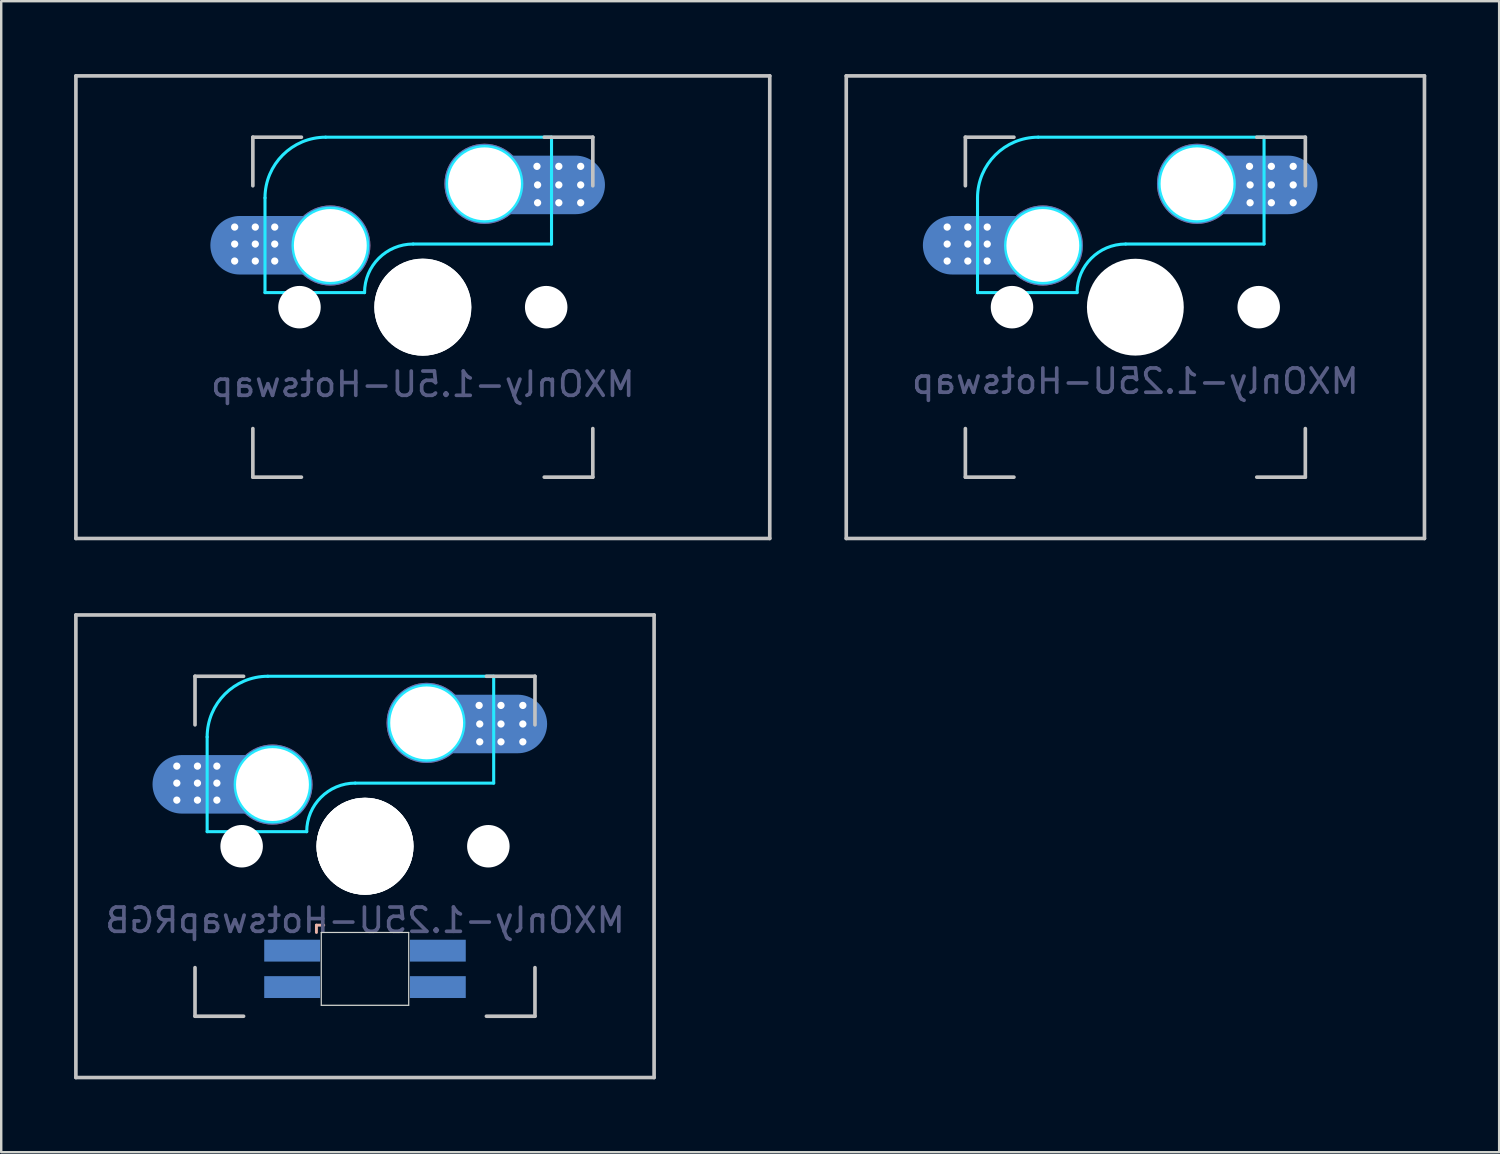
<source format=kicad_pcb>
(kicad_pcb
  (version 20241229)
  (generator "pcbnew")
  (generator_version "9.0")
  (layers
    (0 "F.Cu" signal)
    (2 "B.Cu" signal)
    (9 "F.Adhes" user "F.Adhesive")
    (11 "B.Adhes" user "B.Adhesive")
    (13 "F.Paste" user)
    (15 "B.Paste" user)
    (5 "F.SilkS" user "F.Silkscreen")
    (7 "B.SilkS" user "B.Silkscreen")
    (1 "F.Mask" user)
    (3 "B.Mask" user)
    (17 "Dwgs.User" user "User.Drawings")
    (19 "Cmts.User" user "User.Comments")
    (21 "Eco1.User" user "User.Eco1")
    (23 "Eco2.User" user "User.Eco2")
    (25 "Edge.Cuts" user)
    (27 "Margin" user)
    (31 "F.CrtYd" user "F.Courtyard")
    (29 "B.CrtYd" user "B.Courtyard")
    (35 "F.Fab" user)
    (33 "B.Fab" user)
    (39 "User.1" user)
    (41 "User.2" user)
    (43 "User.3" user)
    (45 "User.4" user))
  (footprint "MXOnly-1.25U-HotswapRGB"
    (layer "F.Cu")
    (at 11.981 31.8)
    (property "Reference" "MXOnly-1.25U-HotswapRGB" (at 0 3.048 0) (layer "B.Fab") (effects (font (size 1 1) (thickness 0.15)) (justify mirror)))
    (attr smd)
    (fp_line (start -2 3.25) (end -2 3.55) (stroke (width 0.12) (type solid)) (layer "B.SilkS"))
    (fp_line (start -1.7 3.25) (end -2 3.25) (stroke (width 0.12) (type solid)) (layer "B.SilkS"))
    (fp_line (start -11.906 -9.525) (end 11.906 -9.525) (stroke (width 0.15) (type solid)) (layer "Dwgs.User"))
    (fp_line (start -11.906 9.525) (end -11.906 -9.525) (stroke (width 0.15) (type solid)) (layer "Dwgs.User"))
    (fp_line (start -7 -7) (end -7 -5) (stroke (width 0.15) (type solid)) (layer "Dwgs.User"))
    (fp_line (start -7 5) (end -7 7) (stroke (width 0.15) (type solid)) (layer "Dwgs.User"))
    (fp_line (start -7 7) (end -5 7) (stroke (width 0.15) (type solid)) (layer "Dwgs.User"))
    (fp_line (start -5 -7) (end -7 -7) (stroke (width 0.15) (type solid)) (layer "Dwgs.User"))
    (fp_line (start 5 -7) (end 7 -7) (stroke (width 0.15) (type solid)) (layer "Dwgs.User"))
    (fp_line (start 5 7) (end 7 7) (stroke (width 0.15) (type solid)) (layer "Dwgs.User"))
    (fp_line (start 7 -5) (end 7 -7) (stroke (width 0.15) (type solid)) (layer "Dwgs.User"))
    (fp_line (start 7 7) (end 7 5) (stroke (width 0.15) (type solid)) (layer "Dwgs.User"))
    (fp_line (start 11.906 -9.525) (end 11.906 9.525) (stroke (width 0.15) (type solid)) (layer "Dwgs.User"))
    (fp_line (start 11.906 9.525) (end -11.906 9.525) (stroke (width 0.15) (type solid)) (layer "Dwgs.User"))
    (fp_line (start -1.8 3.55) (end -1.8 6.55) (stroke (width 0.05) (type default)) (layer "Edge.Cuts"))
    (fp_line (start -1.8 3.55) (end 1.8 3.55) (stroke (width 0.05) (type solid)) (layer "Edge.Cuts"))
    (fp_line (start 1.8 3.55) (end 1.8 6.55) (stroke (width 0.05) (type default)) (layer "Edge.Cuts"))
    (fp_line (start 1.8 6.55) (end -1.8 6.55) (stroke (width 0.05) (type solid)) (layer "Edge.Cuts"))
    (fp_line (start -6.5 -4.5) (end -6.5 -0.6) (stroke (width 0.127) (type solid)) (layer "B.CrtYd"))
    (fp_line (start -6.5 -0.6) (end -2.4 -0.6) (stroke (width 0.127) (type solid)) (layer "B.CrtYd"))
    (fp_line (start -0.4 -2.6) (end 5.3 -2.6) (stroke (width 0.127) (type solid)) (layer "B.CrtYd"))
    (fp_line (start 5.3 -7) (end -4 -7) (stroke (width 0.127) (type solid)) (layer "B.CrtYd"))
    (fp_line (start 5.3 -7) (end 5.3 -2.6) (stroke (width 0.127) (type solid)) (layer "B.CrtYd"))
    (fp_arc (start -6.5 -4.5) (mid -5.767767 -6.267767) (end -4 -7) (stroke (width 0.127) (type solid)) (layer "B.CrtYd"))
    (fp_arc (start -2.4 -0.6) (mid -1.814214 -2.014214) (end -0.4 -2.6) (stroke (width 0.127) (type solid)) (layer "B.CrtYd"))
    (fp_circle (center -3.81 -2.54) (end -2.286 -2.54) (stroke (width 0.15) (type solid)) (fill no) (layer "B.CrtYd"))
    (fp_circle (center 2.54 -5.08) (end 2.54 -6.604) (stroke (width 0.15) (type solid)) (fill no) (layer "B.CrtYd"))
    (pad "" np_thru_hole circle (at -5.08 0 48.1) (size 1.75 1.75) (drill 1.75) (layers "*.Cu" "*.Mask"))
    (pad "" np_thru_hole circle (at 0 0) (size 3.988 3.988) (drill 3.988) (layers "*.Cu" "*.Mask"))
    (pad "" np_thru_hole circle (at 0 0) (size 3.988 3.988) (drill 3.988) (layers "*.Cu" "*.Mask"))
    (pad "" np_thru_hole circle (at 0 0) (size 4 4) (drill 4) (layers "*.Cu" "*.Mask"))
    (pad "" np_thru_hole circle (at 5.08 0 48.1) (size 1.75 1.75) (drill 1.75) (layers "*.Cu" "*.Mask"))
    (pad "1" thru_hole circle (at 2.54 -5.08) (size 3.3 3.3) (drill 3) (layers "*.Cu" "B.Mask"))
    (pad "1" thru_hole circle (at 4.7 -5.8) (size 0.4 0.4) (drill 0.3) (layers "*.Cu" "B.Mask"))
    (pad "1" thru_hole circle (at 4.725 -5.035) (size 0.4 0.4) (drill 0.3) (layers "*.Cu" "B.Mask"))
    (pad "1" thru_hole circle (at 4.725 -4.3) (size 0.4 0.4) (drill 0.3) (layers "*.Cu" "B.Mask"))
    (pad "1" smd oval (at 4.75 -5.035) (size 5.5 2.41) (layers "B.Cu" "B.Mask" "B.Paste"))
    (pad "1" thru_hole circle (at 5.6 -5.8) (size 0.4 0.4) (drill 0.3) (layers "*.Cu" "B.Mask"))
    (pad "1" thru_hole circle (at 5.6 -5.035) (size 0.4 0.4) (drill 0.3) (layers "*.Cu" "B.Mask"))
    (pad "1" thru_hole circle (at 5.6 -4.3) (size 0.4 0.4) (drill 0.3) (layers "*.Cu" "B.Mask"))
    (pad "1" thru_hole circle (at 6.5 -5.8) (size 0.4 0.4) (drill 0.3) (layers "*.Cu" "B.Mask"))
    (pad "1" thru_hole circle (at 6.5 -5.035) (size 0.4 0.4) (drill 0.3) (layers "*.Cu" "B.Mask"))
    (pad "1" thru_hole circle (at 6.5 -4.3) (size 0.4 0.4) (drill 0.3) (layers "*.Cu" "B.Mask"))
    (pad "2" thru_hole circle (at -7.75 -3.3) (size 0.4 0.4) (drill 0.3) (layers "*.Cu" "B.Mask"))
    (pad "2" thru_hole circle (at -7.75 -2.6) (size 0.4 0.4) (drill 0.3) (layers "*.Cu" "B.Mask"))
    (pad "2" thru_hole circle (at -7.75 -1.9) (size 0.4 0.4) (drill 0.3) (layers "*.Cu" "B.Mask"))
    (pad "2" thru_hole circle (at -6.9 -3.3) (size 0.4 0.4) (drill 0.3) (layers "*.Cu" "B.Mask"))
    (pad "2" thru_hole circle (at -6.9 -2.6) (size 0.4 0.4) (drill 0.3) (layers "*.Cu" "B.Mask"))
    (pad "2" thru_hole circle (at -6.9 -1.9) (size 0.4 0.4) (drill 0.3) (layers "*.Cu" "B.Mask"))
    (pad "2" thru_hole circle (at -6.1 -3.3) (size 0.4 0.4) (drill 0.3) (layers "*.Cu" "B.Mask"))
    (pad "2" thru_hole circle (at -6.1 -2.6) (size 0.4 0.4) (drill 0.3) (layers "*.Cu" "B.Mask"))
    (pad "2" thru_hole circle (at -6.1 -1.9) (size 0.4 0.4) (drill 0.3) (layers "*.Cu" "B.Mask"))
    (pad "2" smd oval (at -6 -2.55) (size 5.5 2.41) (layers "B.Cu" "B.Mask" "B.Paste"))
    (pad "2" thru_hole circle (at -3.81 -2.54) (size 3.3 3.3) (drill 3) (layers "*.Cu" "B.Mask"))
    (pad "3" smd rect (at -3 4.3) (size 2.3 0.9) (layers "B.Cu" "B.Mask" "B.Paste"))
    (pad "4" smd rect (at -3 5.8) (size 2.3 0.9) (layers "B.Cu" "B.Mask" "B.Paste"))
    (pad "5" smd rect (at 3 4.3) (size 2.3 0.9) (layers "B.Cu" "B.Mask" "B.Paste"))
    (pad "6" smd rect (at 3 5.8) (size 2.3 0.9) (layers "B.Cu" "B.Mask" "B.Paste")))
  (footprint "MXOnly-1.25U-Hotswap"
    (layer "F.Cu")
    (at 43.706 9.6)
    (property "Reference" "MXOnly-1.25U-Hotswap" (at 0 3.048 0) (layer "B.Fab") (effects (font (size 1 1) (thickness 0.15)) (justify mirror)))
    (attr smd)
    (fp_line (start -11.906 -9.525) (end 11.906 -9.525) (stroke (width 0.15) (type solid)) (layer "Dwgs.User"))
    (fp_line (start -11.906 9.525) (end -11.906 -9.525) (stroke (width 0.15) (type solid)) (layer "Dwgs.User"))
    (fp_line (start -7 -7) (end -7 -5) (stroke (width 0.15) (type solid)) (layer "Dwgs.User"))
    (fp_line (start -7 5) (end -7 7) (stroke (width 0.15) (type solid)) (layer "Dwgs.User"))
    (fp_line (start -7 7) (end -5 7) (stroke (width 0.15) (type solid)) (layer "Dwgs.User"))
    (fp_line (start -5 -7) (end -7 -7) (stroke (width 0.15) (type solid)) (layer "Dwgs.User"))
    (fp_line (start 5 -7) (end 7 -7) (stroke (width 0.15) (type solid)) (layer "Dwgs.User"))
    (fp_line (start 5 7) (end 7 7) (stroke (width 0.15) (type solid)) (layer "Dwgs.User"))
    (fp_line (start 7 -5) (end 7 -7) (stroke (width 0.15) (type solid)) (layer "Dwgs.User"))
    (fp_line (start 7 7) (end 7 5) (stroke (width 0.15) (type solid)) (layer "Dwgs.User"))
    (fp_line (start 11.906 -9.525) (end 11.906 9.525) (stroke (width 0.15) (type solid)) (layer "Dwgs.User"))
    (fp_line (start 11.906 9.525) (end -11.906 9.525) (stroke (width 0.15) (type solid)) (layer "Dwgs.User"))
    (fp_line (start -6.5 -4.5) (end -6.5 -0.6) (stroke (width 0.127) (type solid)) (layer "B.CrtYd"))
    (fp_line (start -6.5 -0.6) (end -2.4 -0.6) (stroke (width 0.127) (type solid)) (layer "B.CrtYd"))
    (fp_line (start -0.4 -2.6) (end 5.3 -2.6) (stroke (width 0.127) (type solid)) (layer "B.CrtYd"))
    (fp_line (start 5.3 -7) (end -4 -7) (stroke (width 0.127) (type solid)) (layer "B.CrtYd"))
    (fp_line (start 5.3 -7) (end 5.3 -2.6) (stroke (width 0.127) (type solid)) (layer "B.CrtYd"))
    (fp_arc (start -6.5 -4.5) (mid -5.767767 -6.267767) (end -4 -7) (stroke (width 0.127) (type solid)) (layer "B.CrtYd"))
    (fp_arc (start -2.4 -0.6) (mid -1.814214 -2.014214) (end -0.4 -2.6) (stroke (width 0.127) (type solid)) (layer "B.CrtYd"))
    (fp_circle (center -3.81 -2.54) (end -2.286 -2.54) (stroke (width 0.15) (type solid)) (fill no) (layer "B.CrtYd"))
    (fp_circle (center 2.54 -5.08) (end 2.54 -6.604) (stroke (width 0.15) (type solid)) (fill no) (layer "B.CrtYd"))
    (pad "" np_thru_hole circle (at -5.08 0 48.1) (size 1.75 1.75) (drill 1.75) (layers "*.Cu" "*.Mask"))
    (pad "" np_thru_hole circle (at 0 0) (size 3.988 3.988) (drill 3.988) (layers "*.Cu" "*.Mask"))
    (pad "" np_thru_hole circle (at 5.08 0 48.1) (size 1.75 1.75) (drill 1.75) (layers "*.Cu" "*.Mask"))
    (pad "1" thru_hole circle (at 2.54 -5.08) (size 3.3 3.3) (drill 3) (layers "*.Cu" "B.Mask"))
    (pad "1" thru_hole circle (at 4.7 -5.8) (size 0.4 0.4) (drill 0.3) (layers "*.Cu" "B.Mask"))
    (pad "1" thru_hole circle (at 4.725 -5.035) (size 0.4 0.4) (drill 0.3) (layers "*.Cu" "B.Mask"))
    (pad "1" thru_hole circle (at 4.725 -4.3) (size 0.4 0.4) (drill 0.3) (layers "*.Cu" "B.Mask"))
    (pad "1" smd oval (at 4.75 -5.035) (size 5.5 2.41) (layers "B.Cu" "B.Mask" "B.Paste"))
    (pad "1" thru_hole circle (at 5.6 -5.8) (size 0.4 0.4) (drill 0.3) (layers "*.Cu" "B.Mask"))
    (pad "1" thru_hole circle (at 5.6 -5.035) (size 0.4 0.4) (drill 0.3) (layers "*.Cu" "B.Mask"))
    (pad "1" thru_hole circle (at 5.6 -4.3) (size 0.4 0.4) (drill 0.3) (layers "*.Cu" "B.Mask"))
    (pad "1" thru_hole circle (at 6.5 -5.8) (size 0.4 0.4) (drill 0.3) (layers "*.Cu" "B.Mask"))
    (pad "1" thru_hole circle (at 6.5 -5.035) (size 0.4 0.4) (drill 0.3) (layers "*.Cu" "B.Mask"))
    (pad "1" thru_hole circle (at 6.5 -4.3) (size 0.4 0.4) (drill 0.3) (layers "*.Cu" "B.Mask"))
    (pad "2" thru_hole circle (at -7.75 -3.3) (size 0.4 0.4) (drill 0.3) (layers "*.Cu" "B.Mask"))
    (pad "2" thru_hole circle (at -7.75 -2.6) (size 0.4 0.4) (drill 0.3) (layers "*.Cu" "B.Mask"))
    (pad "2" thru_hole circle (at -7.75 -1.9) (size 0.4 0.4) (drill 0.3) (layers "*.Cu" "B.Mask"))
    (pad "2" thru_hole circle (at -6.9 -3.3) (size 0.4 0.4) (drill 0.3) (layers "*.Cu" "B.Mask"))
    (pad "2" thru_hole circle (at -6.9 -2.6) (size 0.4 0.4) (drill 0.3) (layers "*.Cu" "B.Mask"))
    (pad "2" thru_hole circle (at -6.9 -1.9) (size 0.4 0.4) (drill 0.3) (layers "*.Cu" "B.Mask"))
    (pad "2" thru_hole circle (at -6.1 -3.3) (size 0.4 0.4) (drill 0.3) (layers "*.Cu" "B.Mask"))
    (pad "2" thru_hole circle (at -6.1 -2.6) (size 0.4 0.4) (drill 0.3) (layers "*.Cu" "B.Mask"))
    (pad "2" thru_hole circle (at -6.1 -1.9) (size 0.4 0.4) (drill 0.3) (layers "*.Cu" "B.Mask"))
    (pad "2" smd oval (at -6 -2.55) (size 5.5 2.41) (layers "B.Cu" "B.Mask" "B.Paste"))
    (pad "2" thru_hole circle (at -3.81 -2.54) (size 3.3 3.3) (drill 3) (layers "*.Cu" "B.Mask")))
  (footprint "MXOnly-1.5U-Hotswap"
    (layer "F.Cu")
    (at 14.363 9.6)
    (property "Reference" "MXOnly-1.5U-Hotswap" (at 0 3.175 0) (layer "B.Fab") (effects (font (size 1 1) (thickness 0.15)) (justify mirror)))
    (attr smd)
    (fp_line (start -14.287 -9.525) (end 14.287 -9.525) (stroke (width 0.15) (type solid)) (layer "Dwgs.User"))
    (fp_line (start -14.287 9.525) (end -14.287 -9.525) (stroke (width 0.15) (type solid)) (layer "Dwgs.User"))
    (fp_line (start -7 -7) (end -7 -5) (stroke (width 0.15) (type solid)) (layer "Dwgs.User"))
    (fp_line (start -7 5) (end -7 7) (stroke (width 0.15) (type solid)) (layer "Dwgs.User"))
    (fp_line (start -7 7) (end -5 7) (stroke (width 0.15) (type solid)) (layer "Dwgs.User"))
    (fp_line (start -5 -7) (end -7 -7) (stroke (width 0.15) (type solid)) (layer "Dwgs.User"))
    (fp_line (start 5 -7) (end 7 -7) (stroke (width 0.15) (type solid)) (layer "Dwgs.User"))
    (fp_line (start 5 7) (end 7 7) (stroke (width 0.15) (type solid)) (layer "Dwgs.User"))
    (fp_line (start 7 -5) (end 7 -7) (stroke (width 0.15) (type solid)) (layer "Dwgs.User"))
    (fp_line (start 7 7) (end 7 5) (stroke (width 0.15) (type solid)) (layer "Dwgs.User"))
    (fp_line (start 14.287 -9.525) (end 14.287 9.525) (stroke (width 0.15) (type solid)) (layer "Dwgs.User"))
    (fp_line (start 14.287 9.525) (end -14.287 9.525) (stroke (width 0.15) (type solid)) (layer "Dwgs.User"))
    (fp_line (start -6.5 -4.5) (end -6.5 -0.6) (stroke (width 0.127) (type solid)) (layer "B.CrtYd"))
    (fp_line (start -6.5 -0.6) (end -2.4 -0.6) (stroke (width 0.127) (type solid)) (layer "B.CrtYd"))
    (fp_line (start -0.4 -2.6) (end 5.3 -2.6) (stroke (width 0.127) (type solid)) (layer "B.CrtYd"))
    (fp_line (start 5.3 -7) (end -4 -7) (stroke (width 0.127) (type solid)) (layer "B.CrtYd"))
    (fp_line (start 5.3 -7) (end 5.3 -2.6) (stroke (width 0.127) (type solid)) (layer "B.CrtYd"))
    (fp_arc (start -6.5 -4.5) (mid -5.767767 -6.267767) (end -4 -7) (stroke (width 0.127) (type solid)) (layer "B.CrtYd"))
    (fp_arc (start -2.4 -0.6) (mid -1.814214 -2.014214) (end -0.4 -2.6) (stroke (width 0.127) (type solid)) (layer "B.CrtYd"))
    (fp_circle (center -3.81 -2.54) (end -2.286 -2.54) (stroke (width 0.15) (type solid)) (fill no) (layer "B.CrtYd"))
    (fp_circle (center 2.54 -5.08) (end 2.54 -6.604) (stroke (width 0.15) (type solid)) (fill no) (layer "B.CrtYd"))
    (pad "" np_thru_hole circle (at -5.08 0 48.1) (size 1.75 1.75) (drill 1.75) (layers "*.Cu" "*.Mask"))
    (pad "" np_thru_hole circle (at 0 0) (size 3.988 3.988) (drill 3.988) (layers "*.Cu" "*.Mask"))
    (pad "" np_thru_hole circle (at 0 0) (size 4 4) (drill 4) (layers "*.Cu" "*.Mask"))
    (pad "" np_thru_hole circle (at 5.08 0 48.1) (size 1.75 1.75) (drill 1.75) (layers "*.Cu" "*.Mask"))
    (pad "1" thru_hole circle (at 2.54 -5.08) (size 3.3 3.3) (drill 3) (layers "*.Cu" "B.Mask"))
    (pad "1" thru_hole circle (at 4.7 -5.8) (size 0.4 0.4) (drill 0.3) (layers "*.Cu" "B.Mask"))
    (pad "1" thru_hole circle (at 4.725 -5.035) (size 0.4 0.4) (drill 0.3) (layers "*.Cu" "B.Mask"))
    (pad "1" thru_hole circle (at 4.725 -4.3) (size 0.4 0.4) (drill 0.3) (layers "*.Cu" "B.Mask"))
    (pad "1" smd oval (at 4.75 -5.035) (size 5.5 2.41) (layers "B.Cu" "B.Mask" "B.Paste"))
    (pad "1" thru_hole circle (at 5.6 -5.8) (size 0.4 0.4) (drill 0.3) (layers "*.Cu" "B.Mask"))
    (pad "1" thru_hole circle (at 5.6 -5.035) (size 0.4 0.4) (drill 0.3) (layers "*.Cu" "B.Mask"))
    (pad "1" thru_hole circle (at 5.6 -4.3) (size 0.4 0.4) (drill 0.3) (layers "*.Cu" "B.Mask"))
    (pad "1" thru_hole circle (at 6.5 -5.8) (size 0.4 0.4) (drill 0.3) (layers "*.Cu" "B.Mask"))
    (pad "1" thru_hole circle (at 6.5 -5.035) (size 0.4 0.4) (drill 0.3) (layers "*.Cu" "B.Mask"))
    (pad "1" thru_hole circle (at 6.5 -4.3) (size 0.4 0.4) (drill 0.3) (layers "*.Cu" "B.Mask"))
    (pad "2" thru_hole circle (at -7.75 -3.3) (size 0.4 0.4) (drill 0.3) (layers "*.Cu" "B.Mask"))
    (pad "2" thru_hole circle (at -7.75 -2.6) (size 0.4 0.4) (drill 0.3) (layers "*.Cu" "B.Mask"))
    (pad "2" thru_hole circle (at -7.75 -1.9) (size 0.4 0.4) (drill 0.3) (layers "*.Cu" "B.Mask"))
    (pad "2" thru_hole circle (at -6.9 -3.3) (size 0.4 0.4) (drill 0.3) (layers "*.Cu" "B.Mask"))
    (pad "2" thru_hole circle (at -6.9 -2.6) (size 0.4 0.4) (drill 0.3) (layers "*.Cu" "B.Mask"))
    (pad "2" thru_hole circle (at -6.9 -1.9) (size 0.4 0.4) (drill 0.3) (layers "*.Cu" "B.Mask"))
    (pad "2" thru_hole circle (at -6.1 -3.3) (size 0.4 0.4) (drill 0.3) (layers "*.Cu" "B.Mask"))
    (pad "2" thru_hole circle (at -6.1 -2.6) (size 0.4 0.4) (drill 0.3) (layers "*.Cu" "B.Mask"))
    (pad "2" thru_hole circle (at -6.1 -1.9) (size 0.4 0.4) (drill 0.3) (layers "*.Cu" "B.Mask"))
    (pad "2" smd oval (at -6 -2.55) (size 5.5 2.41) (layers "B.Cu" "B.Mask" "B.Paste"))
    (pad "2" thru_hole circle (at -3.81 -2.54) (size 3.3 3.3) (drill 3) (layers "*.Cu" "B.Mask")))
  (gr_rect
    (start -3 -3)
    (end 58.688 44.4)
    (stroke (width 0.1) (type default))
    (fill no)
    (layer "Edge.Cuts")))
</source>
